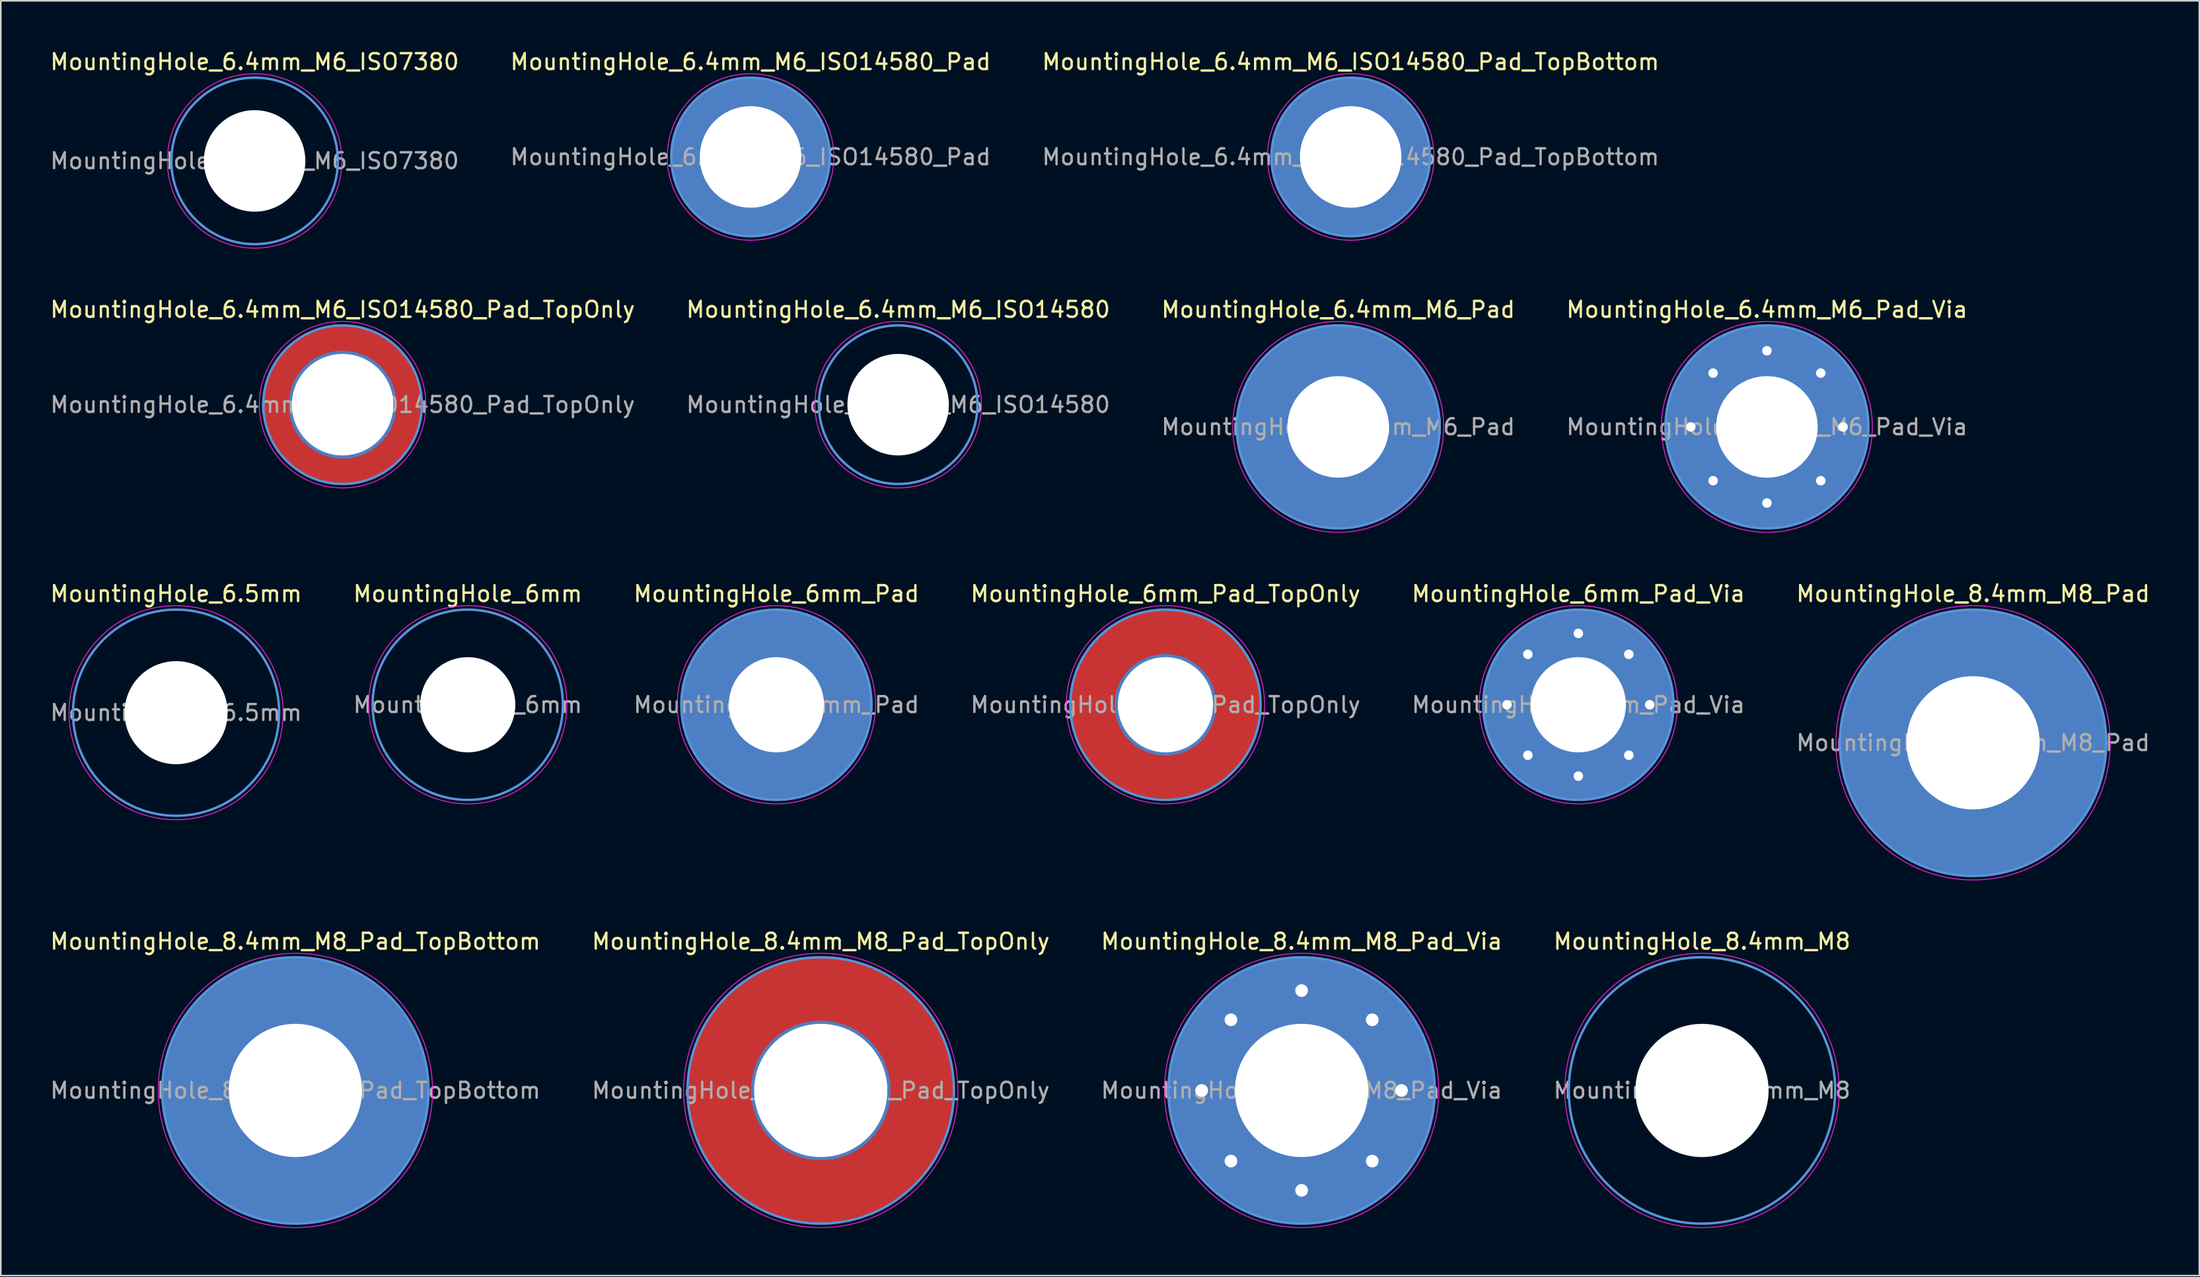
<source format=kicad_pcb>
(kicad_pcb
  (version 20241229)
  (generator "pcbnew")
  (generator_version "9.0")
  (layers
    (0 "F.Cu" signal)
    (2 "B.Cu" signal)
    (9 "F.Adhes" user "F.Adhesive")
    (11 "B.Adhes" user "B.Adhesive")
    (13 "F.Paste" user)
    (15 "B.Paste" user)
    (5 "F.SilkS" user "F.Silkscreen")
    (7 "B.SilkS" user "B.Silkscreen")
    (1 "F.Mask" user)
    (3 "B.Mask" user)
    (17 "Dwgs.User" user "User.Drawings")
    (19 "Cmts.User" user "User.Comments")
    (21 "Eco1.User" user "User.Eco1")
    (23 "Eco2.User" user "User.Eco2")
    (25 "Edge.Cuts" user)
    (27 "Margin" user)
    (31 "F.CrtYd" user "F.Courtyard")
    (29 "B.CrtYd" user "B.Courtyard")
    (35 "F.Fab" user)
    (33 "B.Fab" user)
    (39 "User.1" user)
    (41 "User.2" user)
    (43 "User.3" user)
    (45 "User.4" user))
  (footprint "MountingHole_6.4mm_M6_ISO14580_Pad"
    (layer "F.Cu")
    (at 44.28 6.848)
    (property "Reference" "MountingHole_6.4mm_M6_ISO14580_Pad" (at 0 -6 0) (layer "F.SilkS") (effects (font (size 1 1) (thickness 0.15))))
    (attr exclude_from_pos_files exclude_from_bom)
    (fp_circle (center 0 0) (end 5 0) (stroke (width 0.15) (type solid)) (fill no) (layer "Cmts.User"))
    (fp_circle (center 0 0) (end 5.25 0) (stroke (width 0.05) (type solid)) (fill no) (layer "F.CrtYd"))
    (fp_text user "${REFERENCE}" (at 0 0 0) (layer "F.Fab") (effects (font (size 1 1) (thickness 0.15))))
    (pad "1" thru_hole circle (at 0 0) (size 10 10) (drill 6.4) (layers "*.Cu" "*.Mask")))
  (footprint "MountingHole_6.4mm_M6_ISO14580_Pad_TopOnly"
    (layer "F.Cu")
    (at 18.554 22.471)
    (property "Reference" "MountingHole_6.4mm_M6_ISO14580_Pad_TopOnly" (at 0 -6 0) (layer "F.SilkS") (effects (font (size 1 1) (thickness 0.15))))
    (attr exclude_from_pos_files exclude_from_bom)
    (fp_circle (center 0 0) (end 5 0) (stroke (width 0.15) (type solid)) (fill no) (layer "Cmts.User"))
    (fp_circle (center 0 0) (end 5.25 0) (stroke (width 0.05) (type solid)) (fill no) (layer "F.CrtYd"))
    (fp_text user "${REFERENCE}" (at 0 0 0) (layer "F.Fab") (effects (font (size 1 1) (thickness 0.15))))
    (pad "1" thru_hole circle (at 0 0) (size 6.8 6.8) (drill 6.4) (layers "*.Cu" "*.Mask"))
    (pad "1" connect circle (at 0 0) (size 10 10) (layers "F.Cu" "F.Mask")))
  (footprint "MountingHole_6mm_Pad_TopOnly"
    (layer "F.Cu")
    (at 70.446 41.395)
    (property "Reference" "MountingHole_6mm_Pad_TopOnly" (at 0 -7 0) (layer "F.SilkS") (effects (font (size 1 1) (thickness 0.15))))
    (attr exclude_from_pos_files exclude_from_bom)
    (fp_circle (center 0 0) (end 6 0) (stroke (width 0.15) (type solid)) (fill no) (layer "Cmts.User"))
    (fp_circle (center 0 0) (end 6.25 0) (stroke (width 0.05) (type solid)) (fill no) (layer "F.CrtYd"))
    (fp_text user "${REFERENCE}" (at 0 0 0) (layer "F.Fab") (effects (font (size 1 1) (thickness 0.15))))
    (pad "1" thru_hole circle (at 0 0) (size 6.4 6.4) (drill 6) (layers "*.Cu" "*.Mask"))
    (pad "1" connect circle (at 0 0) (size 12 12) (layers "F.Cu" "F.Mask")))
  (footprint "MountingHole_8.4mm_M8_Pad_TopBottom"
    (layer "F.Cu")
    (at 15.577 65.718)
    (property "Reference" "MountingHole_8.4mm_M8_Pad_TopBottom" (at 0 -9.4 0) (layer "F.SilkS") (effects (font (size 1 1) (thickness 0.15))))
    (attr exclude_from_pos_files exclude_from_bom)
    (fp_circle (center 0 0) (end 8.4 0) (stroke (width 0.15) (type solid)) (fill no) (layer "Cmts.User"))
    (fp_circle (center 0 0) (end 8.65 0) (stroke (width 0.05) (type solid)) (fill no) (layer "F.CrtYd"))
    (fp_text user "${REFERENCE}" (at 0 0 0) (layer "F.Fab") (effects (font (size 1 1) (thickness 0.15))))
    (pad "1" thru_hole circle (at 0 0) (size 8.8 8.8) (drill 8.4) (layers "*.Cu" "*.Mask"))
    (pad "1" connect circle (at 0 0) (size 16.8 16.8) (layers "F.Cu" "F.Mask"))
    (pad "1" connect circle (at 0 0) (size 16.8 16.8) (layers "B.Cu" "B.Mask")))
  (footprint "MountingHole_6mm_Pad"
    (layer "F.Cu")
    (at 45.911 41.395)
    (property "Reference" "MountingHole_6mm_Pad" (at 0 -7 0) (layer "F.SilkS") (effects (font (size 1 1) (thickness 0.15))))
    (attr exclude_from_pos_files exclude_from_bom)
    (fp_circle (center 0 0) (end 6 0) (stroke (width 0.15) (type solid)) (fill no) (layer "Cmts.User"))
    (fp_circle (center 0 0) (end 6.25 0) (stroke (width 0.05) (type solid)) (fill no) (layer "F.CrtYd"))
    (fp_text user "${REFERENCE}" (at 0 0 0) (layer "F.Fab") (effects (font (size 1 1) (thickness 0.15))))
    (pad "1" thru_hole circle (at 0 0) (size 12 12) (drill 6) (layers "*.Cu" "*.Mask")))
  (footprint "MountingHole_6.4mm_M6_Pad"
    (layer "F.Cu")
    (at 81.339 23.872)
    (property "Reference" "MountingHole_6.4mm_M6_Pad" (at 0 -7.4 0) (layer "F.SilkS") (effects (font (size 1 1) (thickness 0.15))))
    (attr exclude_from_pos_files exclude_from_bom)
    (fp_circle (center 0 0) (end 6.4 0) (stroke (width 0.15) (type solid)) (fill no) (layer "Cmts.User"))
    (fp_circle (center 0 0) (end 6.65 0) (stroke (width 0.05) (type solid)) (fill no) (layer "F.CrtYd"))
    (fp_text user "${REFERENCE}" (at 0 0 0) (layer "F.Fab") (effects (font (size 1 1) (thickness 0.15))))
    (pad "1" thru_hole circle (at 0 0) (size 12.8 12.8) (drill 6.4) (layers "*.Cu" "*.Mask")))
  (footprint "MountingHole_6.4mm_M6_Pad_Via"
    (layer "F.Cu")
    (at 108.375 23.872)
    (property "Reference" "MountingHole_6.4mm_M6_Pad_Via" (at 0 -7.4 0) (layer "F.SilkS") (effects (font (size 1 1) (thickness 0.15))))
    (attr exclude_from_pos_files exclude_from_bom)
    (fp_circle (center 0 0) (end 6.4 0) (stroke (width 0.15) (type solid)) (fill no) (layer "Cmts.User"))
    (fp_circle (center 0 0) (end 6.65 0) (stroke (width 0.05) (type solid)) (fill no) (layer "F.CrtYd"))
    (fp_text user "${REFERENCE}" (at 0 0 0) (layer "F.Fab") (effects (font (size 1 1) (thickness 0.15))))
    (pad "1" thru_hole circle (at -4.8 0) (size 0.9 0.9) (drill 0.6) (layers "*.Cu" "*.Mask"))
    (pad "1" thru_hole circle (at -3.394 -3.394) (size 0.9 0.9) (drill 0.6) (layers "*.Cu" "*.Mask"))
    (pad "1" thru_hole circle (at -3.394 3.394) (size 0.9 0.9) (drill 0.6) (layers "*.Cu" "*.Mask"))
    (pad "1" thru_hole circle (at 0 -4.8) (size 0.9 0.9) (drill 0.6) (layers "*.Cu" "*.Mask"))
    (pad "1" thru_hole circle (at 0 0) (size 12.8 12.8) (drill 6.4) (layers "*.Cu" "*.Mask"))
    (pad "1" thru_hole circle (at 0 4.8) (size 0.9 0.9) (drill 0.6) (layers "*.Cu" "*.Mask"))
    (pad "1" thru_hole circle (at 3.394 -3.394) (size 0.9 0.9) (drill 0.6) (layers "*.Cu" "*.Mask"))
    (pad "1" thru_hole circle (at 3.394 3.394) (size 0.9 0.9) (drill 0.6) (layers "*.Cu" "*.Mask"))
    (pad "1" thru_hole circle (at 4.8 0) (size 0.9 0.9) (drill 0.6) (layers "*.Cu" "*.Mask")))
  (footprint "MountingHole_6.4mm_M6_ISO7380"
    (layer "F.Cu")
    (at 13.006 7.098)
    (property "Reference" "MountingHole_6.4mm_M6_ISO7380" (at 0 -6.25 0) (layer "F.SilkS") (effects (font (size 1 1) (thickness 0.15))))
    (attr exclude_from_pos_files exclude_from_bom)
    (fp_circle (center 0 0) (end 5.25 0) (stroke (width 0.15) (type solid)) (fill no) (layer "Cmts.User"))
    (fp_circle (center 0 0) (end 5.5 0) (stroke (width 0.05) (type solid)) (fill no) (layer "F.CrtYd"))
    (fp_text user "${REFERENCE}" (at 0 0 0) (layer "F.Fab") (effects (font (size 1 1) (thickness 0.15))))
    (pad "" np_thru_hole circle (at 0 0) (size 6.4 6.4) (drill 6.4) (layers "*.Cu" "*.Mask")))
  (footprint "MountingHole_6.4mm_M6_ISO14580_Pad_TopBottom"
    (layer "F.Cu")
    (at 82.125 6.848)
    (property "Reference" "MountingHole_6.4mm_M6_ISO14580_Pad_TopBottom" (at 0 -6 0) (layer "F.SilkS") (effects (font (size 1 1) (thickness 0.15))))
    (attr exclude_from_pos_files exclude_from_bom)
    (fp_circle (center 0 0) (end 5 0) (stroke (width 0.15) (type solid)) (fill no) (layer "Cmts.User"))
    (fp_circle (center 0 0) (end 5.25 0) (stroke (width 0.05) (type solid)) (fill no) (layer "F.CrtYd"))
    (fp_text user "${REFERENCE}" (at 0 0 0) (layer "F.Fab") (effects (font (size 1 1) (thickness 0.15))))
    (pad "1" thru_hole circle (at 0 0) (size 6.8 6.8) (drill 6.4) (layers "*.Cu" "*.Mask"))
    (pad "1" connect circle (at 0 0) (size 10 10) (layers "F.Cu" "F.Mask"))
    (pad "1" connect circle (at 0 0) (size 10 10) (layers "B.Cu" "B.Mask")))
  (footprint "MountingHole_8.4mm_M8_Pad_Via"
    (layer "F.Cu")
    (at 79.03 65.718)
    (property "Reference" "MountingHole_8.4mm_M8_Pad_Via" (at 0 -9.4 0) (layer "F.SilkS") (effects (font (size 1 1) (thickness 0.15))))
    (attr exclude_from_pos_files exclude_from_bom)
    (fp_circle (center 0 0) (end 8.4 0) (stroke (width 0.15) (type solid)) (fill no) (layer "Cmts.User"))
    (fp_circle (center 0 0) (end 8.65 0) (stroke (width 0.05) (type solid)) (fill no) (layer "F.CrtYd"))
    (fp_text user "${REFERENCE}" (at 0 0 0) (layer "F.Fab") (effects (font (size 1 1) (thickness 0.15))))
    (pad "1" thru_hole circle (at -6.3 0) (size 1.1 1.1) (drill 0.8) (layers "*.Cu" "*.Mask"))
    (pad "1" thru_hole circle (at -4.455 -4.455) (size 1.1 1.1) (drill 0.8) (layers "*.Cu" "*.Mask"))
    (pad "1" thru_hole circle (at -4.455 4.455) (size 1.1 1.1) (drill 0.8) (layers "*.Cu" "*.Mask"))
    (pad "1" thru_hole circle (at 0 -6.3) (size 1.1 1.1) (drill 0.8) (layers "*.Cu" "*.Mask"))
    (pad "1" thru_hole circle (at 0 0) (size 16.8 16.8) (drill 8.4) (layers "*.Cu" "*.Mask"))
    (pad "1" thru_hole circle (at 0 6.3) (size 1.1 1.1) (drill 0.8) (layers "*.Cu" "*.Mask"))
    (pad "1" thru_hole circle (at 4.455 -4.455) (size 1.1 1.1) (drill 0.8) (layers "*.Cu" "*.Mask"))
    (pad "1" thru_hole circle (at 4.455 4.455) (size 1.1 1.1) (drill 0.8) (layers "*.Cu" "*.Mask"))
    (pad "1" thru_hole circle (at 6.3 0) (size 1.1 1.1) (drill 0.8) (layers "*.Cu" "*.Mask")))
  (footprint "MountingHole_6.4mm_M6_ISO14580"
    (layer "F.Cu")
    (at 53.589 22.471)
    (property "Reference" "MountingHole_6.4mm_M6_ISO14580" (at 0 -6 0) (layer "F.SilkS") (effects (font (size 1 1) (thickness 0.15))))
    (attr exclude_from_pos_files exclude_from_bom)
    (fp_circle (center 0 0) (end 5 0) (stroke (width 0.15) (type solid)) (fill no) (layer "Cmts.User"))
    (fp_circle (center 0 0) (end 5.25 0) (stroke (width 0.05) (type solid)) (fill no) (layer "F.CrtYd"))
    (fp_text user "${REFERENCE}" (at 0 0 0) (layer "F.Fab") (effects (font (size 1 1) (thickness 0.15))))
    (pad "" np_thru_hole circle (at 0 0) (size 6.4 6.4) (drill 6.4) (layers "*.Cu" "*.Mask")))
  (footprint "MountingHole_8.4mm_M8_Pad"
    (layer "F.Cu")
    (at 121.375 43.795)
    (property "Reference" "MountingHole_8.4mm_M8_Pad" (at 0 -9.4 0) (layer "F.SilkS") (effects (font (size 1 1) (thickness 0.15))))
    (attr exclude_from_pos_files exclude_from_bom)
    (fp_circle (center 0 0) (end 8.4 0) (stroke (width 0.15) (type solid)) (fill no) (layer "Cmts.User"))
    (fp_circle (center 0 0) (end 8.65 0) (stroke (width 0.05) (type solid)) (fill no) (layer "F.CrtYd"))
    (fp_text user "${REFERENCE}" (at 0 0 0) (layer "F.Fab") (effects (font (size 1 1) (thickness 0.15))))
    (pad "1" thru_hole circle (at 0 0) (size 16.8 16.8) (drill 8.4) (layers "*.Cu" "*.Mask")))
  (footprint "MountingHole_6mm_Pad_Via"
    (layer "F.Cu")
    (at 96.482 41.395)
    (property "Reference" "MountingHole_6mm_Pad_Via" (at 0 -7 0) (layer "F.SilkS") (effects (font (size 1 1) (thickness 0.15))))
    (attr exclude_from_pos_files exclude_from_bom)
    (fp_circle (center 0 0) (end 6 0) (stroke (width 0.15) (type solid)) (fill no) (layer "Cmts.User"))
    (fp_circle (center 0 0) (end 6.25 0) (stroke (width 0.05) (type solid)) (fill no) (layer "F.CrtYd"))
    (fp_text user "${REFERENCE}" (at 0 0 0) (layer "F.Fab") (effects (font (size 1 1) (thickness 0.15))))
    (pad "1" thru_hole circle (at -4.5 0) (size 0.9 0.9) (drill 0.6) (layers "*.Cu" "*.Mask"))
    (pad "1" thru_hole circle (at -3.182 -3.182) (size 0.9 0.9) (drill 0.6) (layers "*.Cu" "*.Mask"))
    (pad "1" thru_hole circle (at -3.182 3.182) (size 0.9 0.9) (drill 0.6) (layers "*.Cu" "*.Mask"))
    (pad "1" thru_hole circle (at 0 -4.5) (size 0.9 0.9) (drill 0.6) (layers "*.Cu" "*.Mask"))
    (pad "1" thru_hole circle (at 0 0) (size 12 12) (drill 6) (layers "*.Cu" "*.Mask"))
    (pad "1" thru_hole circle (at 0 4.5) (size 0.9 0.9) (drill 0.6) (layers "*.Cu" "*.Mask"))
    (pad "1" thru_hole circle (at 3.182 -3.182) (size 0.9 0.9) (drill 0.6) (layers "*.Cu" "*.Mask"))
    (pad "1" thru_hole circle (at 3.182 3.182) (size 0.9 0.9) (drill 0.6) (layers "*.Cu" "*.Mask"))
    (pad "1" thru_hole circle (at 4.5 0) (size 0.9 0.9) (drill 0.6) (layers "*.Cu" "*.Mask")))
  (footprint "MountingHole_8.4mm_M8"
    (layer "F.Cu")
    (at 104.28 65.718)
    (property "Reference" "MountingHole_8.4mm_M8" (at 0 -9.4 0) (layer "F.SilkS") (effects (font (size 1 1) (thickness 0.15))))
    (attr exclude_from_pos_files exclude_from_bom)
    (fp_circle (center 0 0) (end 8.4 0) (stroke (width 0.15) (type solid)) (fill no) (layer "Cmts.User"))
    (fp_circle (center 0 0) (end 8.65 0) (stroke (width 0.05) (type solid)) (fill no) (layer "F.CrtYd"))
    (fp_text user "${REFERENCE}" (at 0 0 0) (layer "F.Fab") (effects (font (size 1 1) (thickness 0.15))))
    (pad "" np_thru_hole circle (at 0 0) (size 8.4 8.4) (drill 8.4) (layers "*.Cu" "*.Mask")))
  (footprint "MountingHole_6mm"
    (layer "F.Cu")
    (at 26.446 41.395)
    (property "Reference" "MountingHole_6mm" (at 0 -7 0) (layer "F.SilkS") (effects (font (size 1 1) (thickness 0.15))))
    (attr exclude_from_pos_files exclude_from_bom)
    (fp_circle (center 0 0) (end 6 0) (stroke (width 0.15) (type solid)) (fill no) (layer "Cmts.User"))
    (fp_circle (center 0 0) (end 6.25 0) (stroke (width 0.05) (type solid)) (fill no) (layer "F.CrtYd"))
    (fp_text user "${REFERENCE}" (at 0 0 0) (layer "F.Fab") (effects (font (size 1 1) (thickness 0.15))))
    (pad "" np_thru_hole circle (at 0 0) (size 6 6) (drill 6) (layers "*.Cu" "*.Mask")))
  (footprint "MountingHole_6.5mm"
    (layer "F.Cu")
    (at 8.054 41.895)
    (property "Reference" "MountingHole_6.5mm" (at 0 -7.5 0) (layer "F.SilkS") (effects (font (size 1 1) (thickness 0.15))))
    (attr exclude_from_pos_files exclude_from_bom)
    (fp_circle (center 0 0) (end 6.5 0) (stroke (width 0.15) (type solid)) (fill no) (layer "Cmts.User"))
    (fp_circle (center 0 0) (end 6.75 0) (stroke (width 0.05) (type solid)) (fill no) (layer "F.CrtYd"))
    (fp_text user "${REFERENCE}" (at 0 0 0) (layer "F.Fab") (effects (font (size 1 1) (thickness 0.15))))
    (pad "" np_thru_hole circle (at 0 0) (size 6.5 6.5) (drill 6.5) (layers "*.Cu" "*.Mask")))
  (footprint "MountingHole_8.4mm_M8_Pad_TopOnly"
    (layer "F.Cu")
    (at 48.708 65.718)
    (property "Reference" "MountingHole_8.4mm_M8_Pad_TopOnly" (at 0 -9.4 0) (layer "F.SilkS") (effects (font (size 1 1) (thickness 0.15))))
    (attr exclude_from_pos_files exclude_from_bom)
    (fp_circle (center 0 0) (end 8.4 0) (stroke (width 0.15) (type solid)) (fill no) (layer "Cmts.User"))
    (fp_circle (center 0 0) (end 8.65 0) (stroke (width 0.05) (type solid)) (fill no) (layer "F.CrtYd"))
    (fp_text user "${REFERENCE}" (at 0 0 0) (layer "F.Fab") (effects (font (size 1 1) (thickness 0.15))))
    (pad "1" thru_hole circle (at 0 0) (size 8.8 8.8) (drill 8.4) (layers "*.Cu" "*.Mask"))
    (pad "1" connect circle (at 0 0) (size 16.8 16.8) (layers "F.Cu" "F.Mask")))
  (gr_rect
    (start -3 -3)
    (end 135.643 77.393)
    (stroke (width 0.1) (type default))
    (fill no)
    (layer "Edge.Cuts")))
</source>
